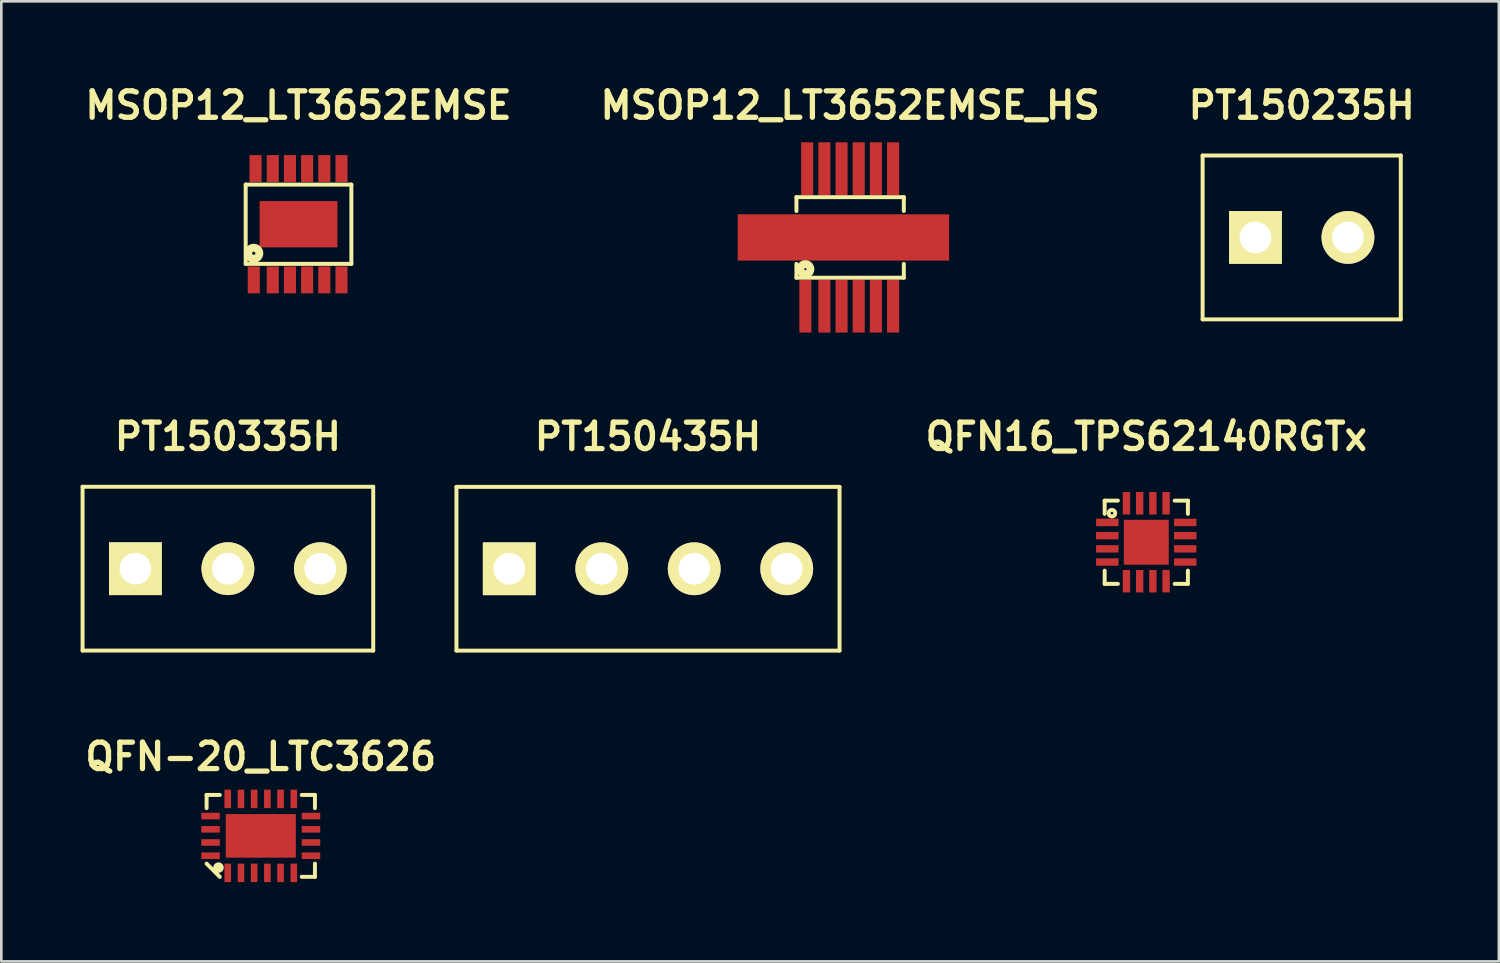
<source format=kicad_pcb>
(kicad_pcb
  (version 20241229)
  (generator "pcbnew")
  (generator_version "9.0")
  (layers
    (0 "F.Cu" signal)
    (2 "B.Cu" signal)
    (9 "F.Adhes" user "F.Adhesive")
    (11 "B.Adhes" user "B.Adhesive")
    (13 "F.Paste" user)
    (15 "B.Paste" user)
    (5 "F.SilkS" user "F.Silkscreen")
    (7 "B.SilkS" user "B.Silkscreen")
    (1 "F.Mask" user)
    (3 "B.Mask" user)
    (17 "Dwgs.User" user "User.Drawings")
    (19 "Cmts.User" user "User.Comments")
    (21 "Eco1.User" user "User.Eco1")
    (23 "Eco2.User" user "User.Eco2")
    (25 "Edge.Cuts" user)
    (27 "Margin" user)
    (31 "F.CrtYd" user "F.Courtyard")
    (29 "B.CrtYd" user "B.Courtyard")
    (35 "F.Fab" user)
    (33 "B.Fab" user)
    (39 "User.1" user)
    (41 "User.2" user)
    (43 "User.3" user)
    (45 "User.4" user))
  (footprint "MSOP12_LT3652EMSE_HS"
    (layer "F.Cu")
    (at 29.124 5.936)
    (property "Reference" "MSOP12_LT3652EMSE_HS" (at 0 -5 0) (layer "F.SilkS") (effects (font (size 1 1) (thickness 0.2))))
    (attr through_hole)
    (fp_line (start -2.032 -1.524) (end -2.032 -1) (stroke (width 0.15) (type solid)) (layer "F.SilkS"))
    (fp_line (start -2.032 1.524) (end -2.032 1) (stroke (width 0.15) (type solid)) (layer "F.SilkS"))
    (fp_line (start 2.032 -1.524) (end -2.032 -1.524) (stroke (width 0.15) (type solid)) (layer "F.SilkS"))
    (fp_line (start 2.032 -1.524) (end 2.032 -1) (stroke (width 0.15) (type solid)) (layer "F.SilkS"))
    (fp_line (start 2.032 1.524) (end -2.032 1.524) (stroke (width 0.15) (type solid)) (layer "F.SilkS"))
    (fp_line (start 2.032 1.524) (end 2.032 1) (stroke (width 0.15) (type solid)) (layer "F.SilkS"))
    (fp_circle (center -1.694 1.2) (end -1.694 1.16) (stroke (width 0.3) (type solid)) (fill no) (layer "F.SilkS"))
    (pad "1" smd rect (at -1.694 2.601) (size 0.457 1.999) (layers "F.Cu" "F.Mask" "F.Paste"))
    (pad "2" smd rect (at -0.975 2.601) (size 0.457 1.999) (layers "F.Cu" "F.Mask" "F.Paste"))
    (pad "3" smd rect (at -0.325 2.601) (size 0.457 1.999) (layers "F.Cu" "F.Mask" "F.Paste"))
    (pad "4" smd rect (at 0.325 2.601) (size 0.457 1.999) (layers "F.Cu" "F.Mask" "F.Paste"))
    (pad "5" smd rect (at 0.975 2.601) (size 0.457 1.999) (layers "F.Cu" "F.Mask" "F.Paste"))
    (pad "6" smd rect (at 1.626 2.601) (size 0.457 1.999) (layers "F.Cu" "F.Mask" "F.Paste"))
    (pad "7" smd rect (at 1.626 -2.601) (size 0.457 1.999) (layers "F.Cu" "F.Mask" "F.Paste"))
    (pad "8" smd rect (at 0.975 -2.601) (size 0.457 1.999) (layers "F.Cu" "F.Mask" "F.Paste"))
    (pad "9" smd rect (at 0.325 -2.601) (size 0.457 1.999) (layers "F.Cu" "F.Mask" "F.Paste"))
    (pad "10" smd rect (at -0.325 -2.601) (size 0.457 1.999) (layers "F.Cu" "F.Mask" "F.Paste"))
    (pad "11" smd rect (at -0.975 -2.601) (size 0.457 1.999) (layers "F.Cu" "F.Mask" "F.Paste"))
    (pad "12" smd rect (at -1.626 -2.601) (size 0.457 1.999) (layers "F.Cu" "F.Mask" "F.Paste"))
    (pad "13" smd rect (at -0.254 0) (size 8.001 1.753) (layers "F.Cu" "F.Mask" "F.Paste")))
  (footprint "QFN16_TPS62140RGTx"
    (layer "F.Cu")
    (at 40.332 17.472)
    (property "Reference" "QFN16_TPS62140RGTx" (at 0 -4 0) (layer "F.SilkS") (effects (font (size 1 1) (thickness 0.2))))
    (attr through_hole)
    (fp_line (start -1.575 -1.575) (end -1.575 -1.075) (stroke (width 0.15) (type solid)) (layer "F.SilkS"))
    (fp_line (start -1.575 -1.575) (end -1.075 -1.575) (stroke (width 0.15) (type solid)) (layer "F.SilkS"))
    (fp_line (start -1.575 1.075) (end -1.575 1.575) (stroke (width 0.15) (type solid)) (layer "F.SilkS"))
    (fp_line (start -1.575 1.575) (end -1.075 1.575) (stroke (width 0.15) (type solid)) (layer "F.SilkS"))
    (fp_line (start 1.075 -1.575) (end 1.575 -1.575) (stroke (width 0.15) (type solid)) (layer "F.SilkS"))
    (fp_line (start 1.075 1.575) (end 1.575 1.575) (stroke (width 0.15) (type solid)) (layer "F.SilkS"))
    (fp_line (start 1.575 -1.575) (end 1.575 -1.075) (stroke (width 0.15) (type solid)) (layer "F.SilkS"))
    (fp_line (start 1.575 1.575) (end 1.575 1.075) (stroke (width 0.15) (type solid)) (layer "F.SilkS"))
    (fp_circle (center -1.3 -1.1) (end -1.3 -1.05) (stroke (width 0.15) (type solid)) (fill no) (layer "F.SilkS"))
    (pad "1" smd rect (at -1.475 -0.75) (size 0.85 0.28) (layers "F.Cu" "F.Mask" "F.Paste"))
    (pad "2" smd rect (at -1.475 -0.25) (size 0.85 0.28) (layers "F.Cu" "F.Mask" "F.Paste"))
    (pad "3" smd rect (at -1.475 0.25) (size 0.85 0.28) (layers "F.Cu" "F.Mask" "F.Paste"))
    (pad "4" smd rect (at -1.475 0.75) (size 0.85 0.28) (layers "F.Cu" "F.Mask" "F.Paste"))
    (pad "5" smd rect (at -0.75 1.475 90) (size 0.85 0.28) (layers "F.Cu" "F.Mask" "F.Paste"))
    (pad "6" smd rect (at -0.25 1.475 90) (size 0.85 0.28) (layers "F.Cu" "F.Mask" "F.Paste"))
    (pad "7" smd rect (at 0.25 1.475 90) (size 0.85 0.28) (layers "F.Cu" "F.Mask" "F.Paste"))
    (pad "8" smd rect (at 0.75 1.475 90) (size 0.85 0.28) (layers "F.Cu" "F.Mask" "F.Paste"))
    (pad "9" smd rect (at 1.475 0.75) (size 0.85 0.28) (layers "F.Cu" "F.Mask" "F.Paste"))
    (pad "10" smd rect (at 1.475 0.25) (size 0.85 0.28) (layers "F.Cu" "F.Mask" "F.Paste"))
    (pad "11" smd rect (at 1.475 -0.25) (size 0.85 0.28) (layers "F.Cu" "F.Mask" "F.Paste"))
    (pad "12" smd rect (at 1.475 -0.75) (size 0.85 0.28) (layers "F.Cu" "F.Mask" "F.Paste"))
    (pad "13" smd rect (at 0.75 -1.475 90) (size 0.85 0.28) (layers "F.Cu" "F.Mask" "F.Paste"))
    (pad "14" smd rect (at 0.25 -1.475 90) (size 0.85 0.28) (layers "F.Cu" "F.Mask" "F.Paste"))
    (pad "15" smd rect (at -0.25 -1.475 90) (size 0.85 0.28) (layers "F.Cu" "F.Mask" "F.Paste"))
    (pad "16" smd rect (at -0.75 -1.475 90) (size 0.85 0.28) (layers "F.Cu" "F.Mask" "F.Paste"))
    (pad "17" smd rect (at 0 0) (size 1.7 1.7) (layers "F.Cu" "F.Mask" "F.Paste")))
  (footprint "PT150435H"
    (layer "F.Cu")
    (at 21.474 18.475)
    (property "Reference" "PT150435H" (at 0 -5.001 0) (layer "F.SilkS") (effects (font (size 1.001 1.001) (thickness 0.201))))
    (attr through_hole)
    (fp_line (start -7.249 -3.099) (end -7.249 3.099) (stroke (width 0.15) (type solid)) (layer "F.SilkS"))
    (fp_line (start -7.249 -3.099) (end 7.249 -3.099) (stroke (width 0.15) (type solid)) (layer "F.SilkS"))
    (fp_line (start -7.249 3.099) (end 7.249 3.099) (stroke (width 0.15) (type solid)) (layer "F.SilkS"))
    (fp_line (start 7.249 -3.099) (end 7.249 3.099) (stroke (width 0.15) (type solid)) (layer "F.SilkS"))
    (pad "1" thru_hole rect (at -5.25 0) (size 1.999 1.999) (drill 1.199) (layers "*.Cu" "*.Mask" "F.SilkS"))
    (pad "2" thru_hole circle (at -1.75 0) (size 1.999 1.999) (drill 1.199) (layers "*.Cu" "*.Mask" "F.SilkS"))
    (pad "3" thru_hole circle (at 1.75 0) (size 1.999 1.999) (drill 1.199) (layers "*.Cu" "*.Mask" "F.SilkS"))
    (pad "4" thru_hole circle (at 5.25 0) (size 1.999 1.999) (drill 1.199) (layers "*.Cu" "*.Mask" "F.SilkS")))
  (footprint "PT150235H"
    (layer "F.Cu")
    (at 46.214 5.936)
    (property "Reference" "PT150235H" (at 0 -5 0) (layer "F.SilkS") (effects (font (size 1 1) (thickness 0.2))))
    (attr through_hole)
    (fp_line (start -3.75 -3.1) (end -3.75 3.1) (stroke (width 0.15) (type solid)) (layer "F.SilkS"))
    (fp_line (start -3.75 -3.1) (end 3.75 -3.1) (stroke (width 0.15) (type solid)) (layer "F.SilkS"))
    (fp_line (start -3.75 3.1) (end 3.75 3.1) (stroke (width 0.15) (type solid)) (layer "F.SilkS"))
    (fp_line (start 3.75 -3.1) (end 3.75 3.1) (stroke (width 0.15) (type solid)) (layer "F.SilkS"))
    (pad "1" thru_hole rect (at -1.75 0) (size 2 2) (drill 1.199) (layers "*.Cu" "*.Mask" "F.SilkS"))
    (pad "2" thru_hole circle (at 1.75 0) (size 2 2) (drill 1.199) (layers "*.Cu" "*.Mask" "F.SilkS")))
  (footprint "MSOP12_LT3652EMSE"
    (layer "F.Cu")
    (at 8.248 5.436)
    (property "Reference" "MSOP12_LT3652EMSE" (at 0 -4.5 0) (layer "F.SilkS") (effects (font (size 1 1) (thickness 0.2))))
    (attr through_hole)
    (fp_line (start -2 1.5) (end -2 -1.5) (stroke (width 0.15) (type solid)) (layer "F.SilkS"))
    (fp_line (start 2 -1.5) (end -2 -1.5) (stroke (width 0.15) (type solid)) (layer "F.SilkS"))
    (fp_line (start 2 -1.5) (end 2 1.5) (stroke (width 0.15) (type solid)) (layer "F.SilkS"))
    (fp_line (start 2 1.5) (end -2 1.5) (stroke (width 0.15) (type solid)) (layer "F.SilkS"))
    (fp_circle (center -1.694 1.1) (end -1.694 1.16) (stroke (width 0.3) (type solid)) (fill no) (layer "F.SilkS"))
    (pad "1" smd rect (at -1.694 2.108) (size 0.457 1.016) (layers "F.Cu" "F.Mask" "F.Paste"))
    (pad "2" smd rect (at -0.975 2.108) (size 0.457 1.016) (layers "F.Cu" "F.Mask" "F.Paste"))
    (pad "3" smd rect (at -0.325 2.108) (size 0.457 1.016) (layers "F.Cu" "F.Mask" "F.Paste"))
    (pad "4" smd rect (at 0.325 2.108) (size 0.457 1.016) (layers "F.Cu" "F.Mask" "F.Paste"))
    (pad "5" smd rect (at 0.975 2.108) (size 0.457 1.016) (layers "F.Cu" "F.Mask" "F.Paste"))
    (pad "6" smd rect (at 1.626 2.108) (size 0.457 1.016) (layers "F.Cu" "F.Mask" "F.Paste"))
    (pad "7" smd rect (at 1.626 -2.108) (size 0.457 1.016) (layers "F.Cu" "F.Mask" "F.Paste"))
    (pad "8" smd rect (at 0.975 -2.108) (size 0.457 1.016) (layers "F.Cu" "F.Mask" "F.Paste"))
    (pad "9" smd rect (at 0.325 -2.108) (size 0.457 1.016) (layers "F.Cu" "F.Mask" "F.Paste"))
    (pad "10" smd rect (at -0.325 -2.108) (size 0.457 1.016) (layers "F.Cu" "F.Mask" "F.Paste"))
    (pad "11" smd rect (at -0.975 -2.108) (size 0.457 1.016) (layers "F.Cu" "F.Mask" "F.Paste"))
    (pad "12" smd rect (at -1.626 -2.108) (size 0.457 1.016) (layers "F.Cu" "F.Mask" "F.Paste"))
    (pad "13" smd rect (at 0 0) (size 2.946 1.753) (layers "F.Cu" "F.Mask" "F.Paste")))
  (footprint "QFN-20_LTC3626"
    (layer "F.Cu")
    (at 6.819 28.585)
    (property "Reference" "QFN-20_LTC3626" (at 0 -3 0) (layer "F.SilkS") (effects (font (size 1 1) (thickness 0.2))))
    (attr through_hole)
    (fp_line (start -2.05 -1.55) (end -2.05 -1.05) (stroke (width 0.15) (type solid)) (layer "F.SilkS"))
    (fp_line (start -2.05 1.05) (end -1.55 1.55) (stroke (width 0.15) (type solid)) (layer "F.SilkS"))
    (fp_line (start -1.55 -1.55) (end -2.05 -1.55) (stroke (width 0.15) (type solid)) (layer "F.SilkS"))
    (fp_line (start 1.55 -1.55) (end 2.05 -1.55) (stroke (width 0.15) (type solid)) (layer "F.SilkS"))
    (fp_line (start 2.05 -1.55) (end 2.05 -1.05) (stroke (width 0.15) (type solid)) (layer "F.SilkS"))
    (fp_line (start 2.05 1.55) (end 1.55 1.55) (stroke (width 0.15) (type solid)) (layer "F.SilkS"))
    (fp_line (start 2.05 1.55) (end 2.05 1.05) (stroke (width 0.15) (type solid)) (layer "F.SilkS"))
    (fp_circle (center -1.6 1.2) (end -1.6 1.3) (stroke (width 0.2) (type solid)) (fill no) (layer "F.SilkS"))
    (pad "1" smd rect (at -1.25 1.4) (size 0.25 0.7) (layers "F.Cu" "F.Mask" "F.Paste"))
    (pad "2" smd rect (at -0.75 1.4) (size 0.25 0.7) (layers "F.Cu" "F.Mask" "F.Paste"))
    (pad "3" smd rect (at -0.25 1.4) (size 0.25 0.7) (layers "F.Cu" "F.Mask" "F.Paste"))
    (pad "4" smd rect (at 0.25 1.4) (size 0.25 0.7) (layers "F.Cu" "F.Mask" "F.Paste"))
    (pad "5" smd rect (at 0.75 1.4) (size 0.25 0.7) (layers "F.Cu" "F.Mask" "F.Paste"))
    (pad "6" smd rect (at 1.25 1.4) (size 0.25 0.7) (layers "F.Cu" "F.Mask" "F.Paste"))
    (pad "7" smd rect (at 1.9 0.75) (size 0.7 0.25) (layers "F.Cu" "F.Mask" "F.Paste"))
    (pad "8" smd rect (at 1.9 0.25) (size 0.7 0.25) (layers "F.Cu" "F.Mask" "F.Paste"))
    (pad "9" smd rect (at 1.9 -0.25) (size 0.7 0.25) (layers "F.Cu" "F.Mask" "F.Paste"))
    (pad "10" smd rect (at 1.9 -0.75) (size 0.7 0.25) (layers "F.Cu" "F.Mask" "F.Paste"))
    (pad "11" smd rect (at 1.25 -1.4) (size 0.25 0.7) (layers "F.Cu" "F.Mask" "F.Paste"))
    (pad "12" smd rect (at 0.75 -1.4) (size 0.25 0.7) (layers "F.Cu" "F.Mask" "F.Paste"))
    (pad "13" smd rect (at 0.25 -1.4) (size 0.25 0.7) (layers "F.Cu" "F.Mask" "F.Paste"))
    (pad "14" smd rect (at -0.25 -1.4) (size 0.25 0.7) (layers "F.Cu" "F.Mask" "F.Paste"))
    (pad "15" smd rect (at -0.75 -1.4) (size 0.25 0.7) (layers "F.Cu" "F.Mask" "F.Paste"))
    (pad "16" smd rect (at -1.25 -1.4) (size 0.25 0.7) (layers "F.Cu" "F.Mask" "F.Paste"))
    (pad "17" smd rect (at -1.9 -0.75) (size 0.7 0.25) (layers "F.Cu" "F.Mask" "F.Paste"))
    (pad "18" smd rect (at -1.9 -0.25) (size 0.7 0.25) (layers "F.Cu" "F.Mask" "F.Paste"))
    (pad "19" smd rect (at -1.9 0.25) (size 0.7 0.25) (layers "F.Cu" "F.Mask" "F.Paste"))
    (pad "20" smd rect (at -1.9 0.75) (size 0.7 0.25) (layers "F.Cu" "F.Mask" "F.Paste"))
    (pad "21" smd rect (at 0 0) (size 2.65 1.65) (layers "F.Cu" "F.Mask" "F.Paste")))
  (footprint "PT150335H"
    (layer "F.Cu")
    (at 5.575 18.472)
    (property "Reference" "PT150335H" (at 0 -5 0) (layer "F.SilkS") (effects (font (size 1 1) (thickness 0.2))))
    (attr through_hole)
    (fp_line (start -5.5 -3.1) (end 5.5 -3.1) (stroke (width 0.15) (type solid)) (layer "F.SilkS"))
    (fp_line (start -5.5 3.1) (end -5.5 -3.1) (stroke (width 0.15) (type solid)) (layer "F.SilkS"))
    (fp_line (start 5.5 -3.1) (end 5.5 3.1) (stroke (width 0.15) (type solid)) (layer "F.SilkS"))
    (fp_line (start 5.5 3.1) (end -5.5 3.1) (stroke (width 0.15) (type solid)) (layer "F.SilkS"))
    (pad "1" thru_hole rect (at -3.5 0) (size 2 2) (drill 1.199) (layers "*.Cu" "*.Mask" "F.SilkS"))
    (pad "2" thru_hole circle (at 0 0) (size 2 2) (drill 1.199) (layers "*.Cu" "*.Mask" "F.SilkS"))
    (pad "3" thru_hole circle (at 3.5 0) (size 2 2) (drill 1.199) (layers "*.Cu" "*.Mask" "F.SilkS")))
  (gr_rect
    (start -3 -3)
    (end 53.676 33.335)
    (stroke (width 0.1) (type default))
    (fill no)
    (layer "Edge.Cuts")))
</source>
